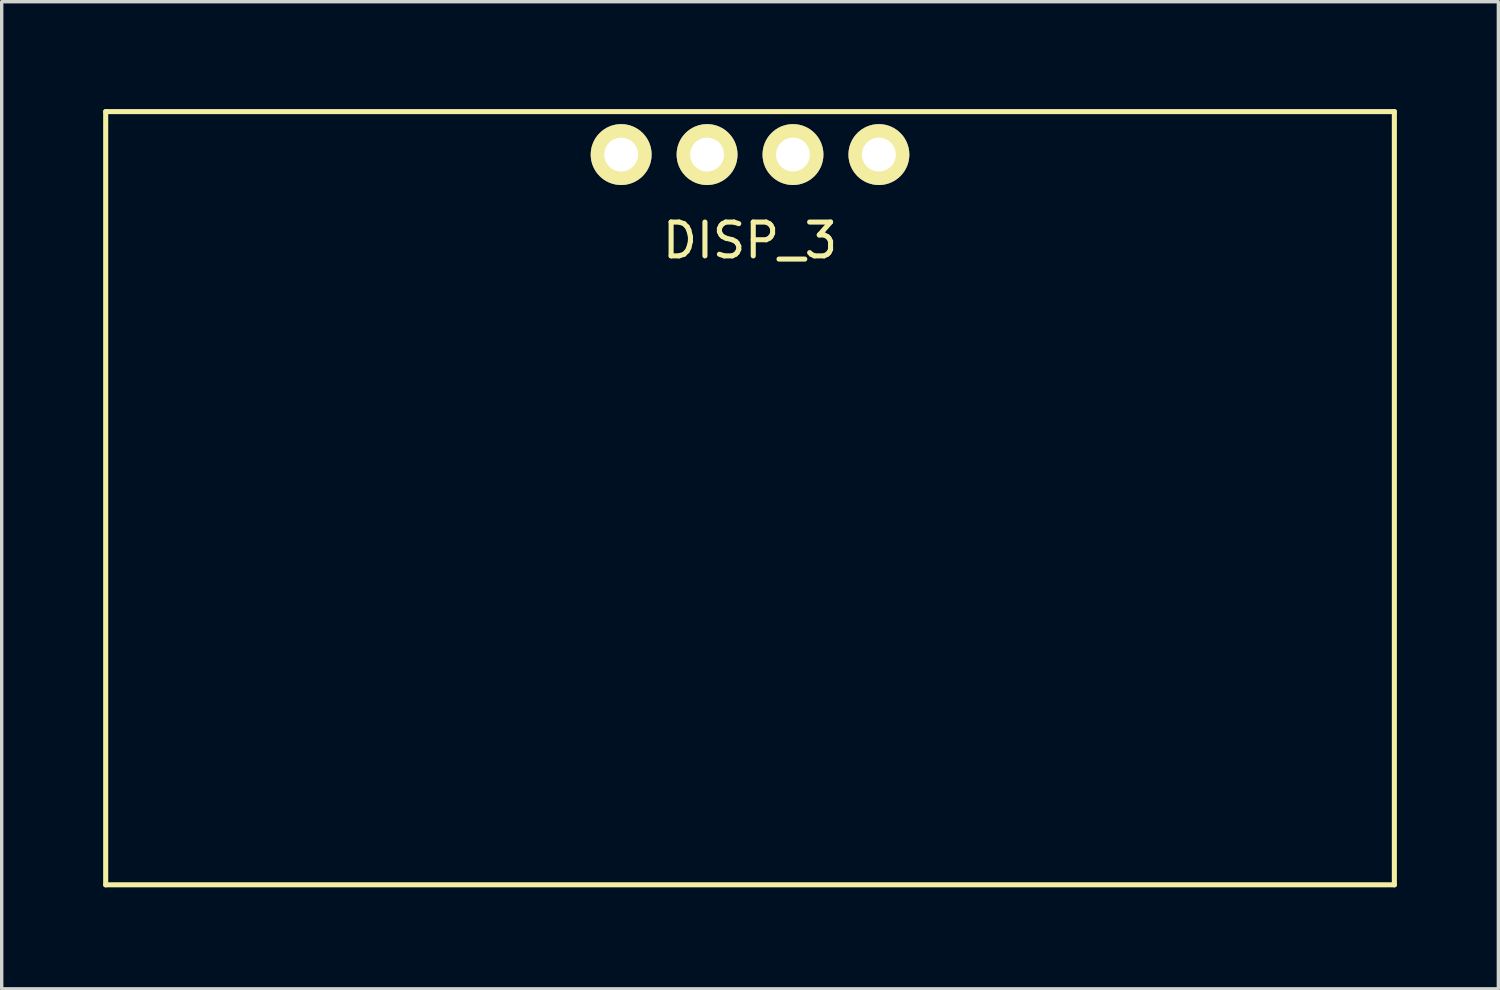
<source format=kicad_pcb>
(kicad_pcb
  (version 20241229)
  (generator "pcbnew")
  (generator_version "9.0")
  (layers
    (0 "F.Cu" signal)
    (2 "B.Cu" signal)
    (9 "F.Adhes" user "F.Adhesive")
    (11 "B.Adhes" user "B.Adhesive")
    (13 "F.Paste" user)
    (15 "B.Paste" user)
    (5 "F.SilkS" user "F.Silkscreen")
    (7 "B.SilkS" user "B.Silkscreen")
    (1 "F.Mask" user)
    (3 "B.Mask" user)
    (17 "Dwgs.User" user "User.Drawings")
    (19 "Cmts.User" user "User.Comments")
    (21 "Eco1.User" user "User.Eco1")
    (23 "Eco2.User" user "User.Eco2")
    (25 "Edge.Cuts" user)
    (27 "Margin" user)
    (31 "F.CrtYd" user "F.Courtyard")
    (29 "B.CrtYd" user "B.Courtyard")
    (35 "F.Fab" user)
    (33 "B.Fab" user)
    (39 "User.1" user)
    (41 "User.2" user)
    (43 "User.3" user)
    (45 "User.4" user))
  (footprint "DISP_3"
    (layer "F.Cu")
    (at 19.125 0.25)
    (property "Reference" "DISP_3" (at 0 3.81 0) (layer "F.SilkS") (effects (font (size 1 1) (thickness 0.15))))
    (attr through_hole)
    (fp_line (start -19.05 0) (end 19.05 0) (stroke (width 0.15) (type solid)) (layer "F.SilkS"))
    (fp_line (start -19.05 22.86) (end -19.05 0) (stroke (width 0.15) (type solid)) (layer "F.SilkS"))
    (fp_line (start 19.05 0) (end 19.05 22.86) (stroke (width 0.15) (type solid)) (layer "F.SilkS"))
    (fp_line (start 19.05 22.86) (end -19.05 22.86) (stroke (width 0.15) (type solid)) (layer "F.SilkS"))
    (pad "1" thru_hole circle (at -3.81 1.27) (size 1.8 1.8) (drill 1) (layers "*.Cu" "*.Mask" "F.SilkS"))
    (pad "2" thru_hole circle (at -1.27 1.27) (size 1.8 1.8) (drill 1) (layers "*.Cu" "*.Mask" "F.SilkS"))
    (pad "3" thru_hole circle (at 1.27 1.27) (size 1.8 1.8) (drill 1) (layers "*.Cu" "*.Mask" "F.SilkS"))
    (pad "4" thru_hole circle (at 3.81 1.27) (size 1.8 1.8) (drill 1) (layers "*.Cu" "*.Mask" "F.SilkS")))
  (gr_rect
    (start -3 -3)
    (end 41.25 26.185)
    (stroke (width 0.1) (type default))
    (fill no)
    (layer "Edge.Cuts")))
</source>
